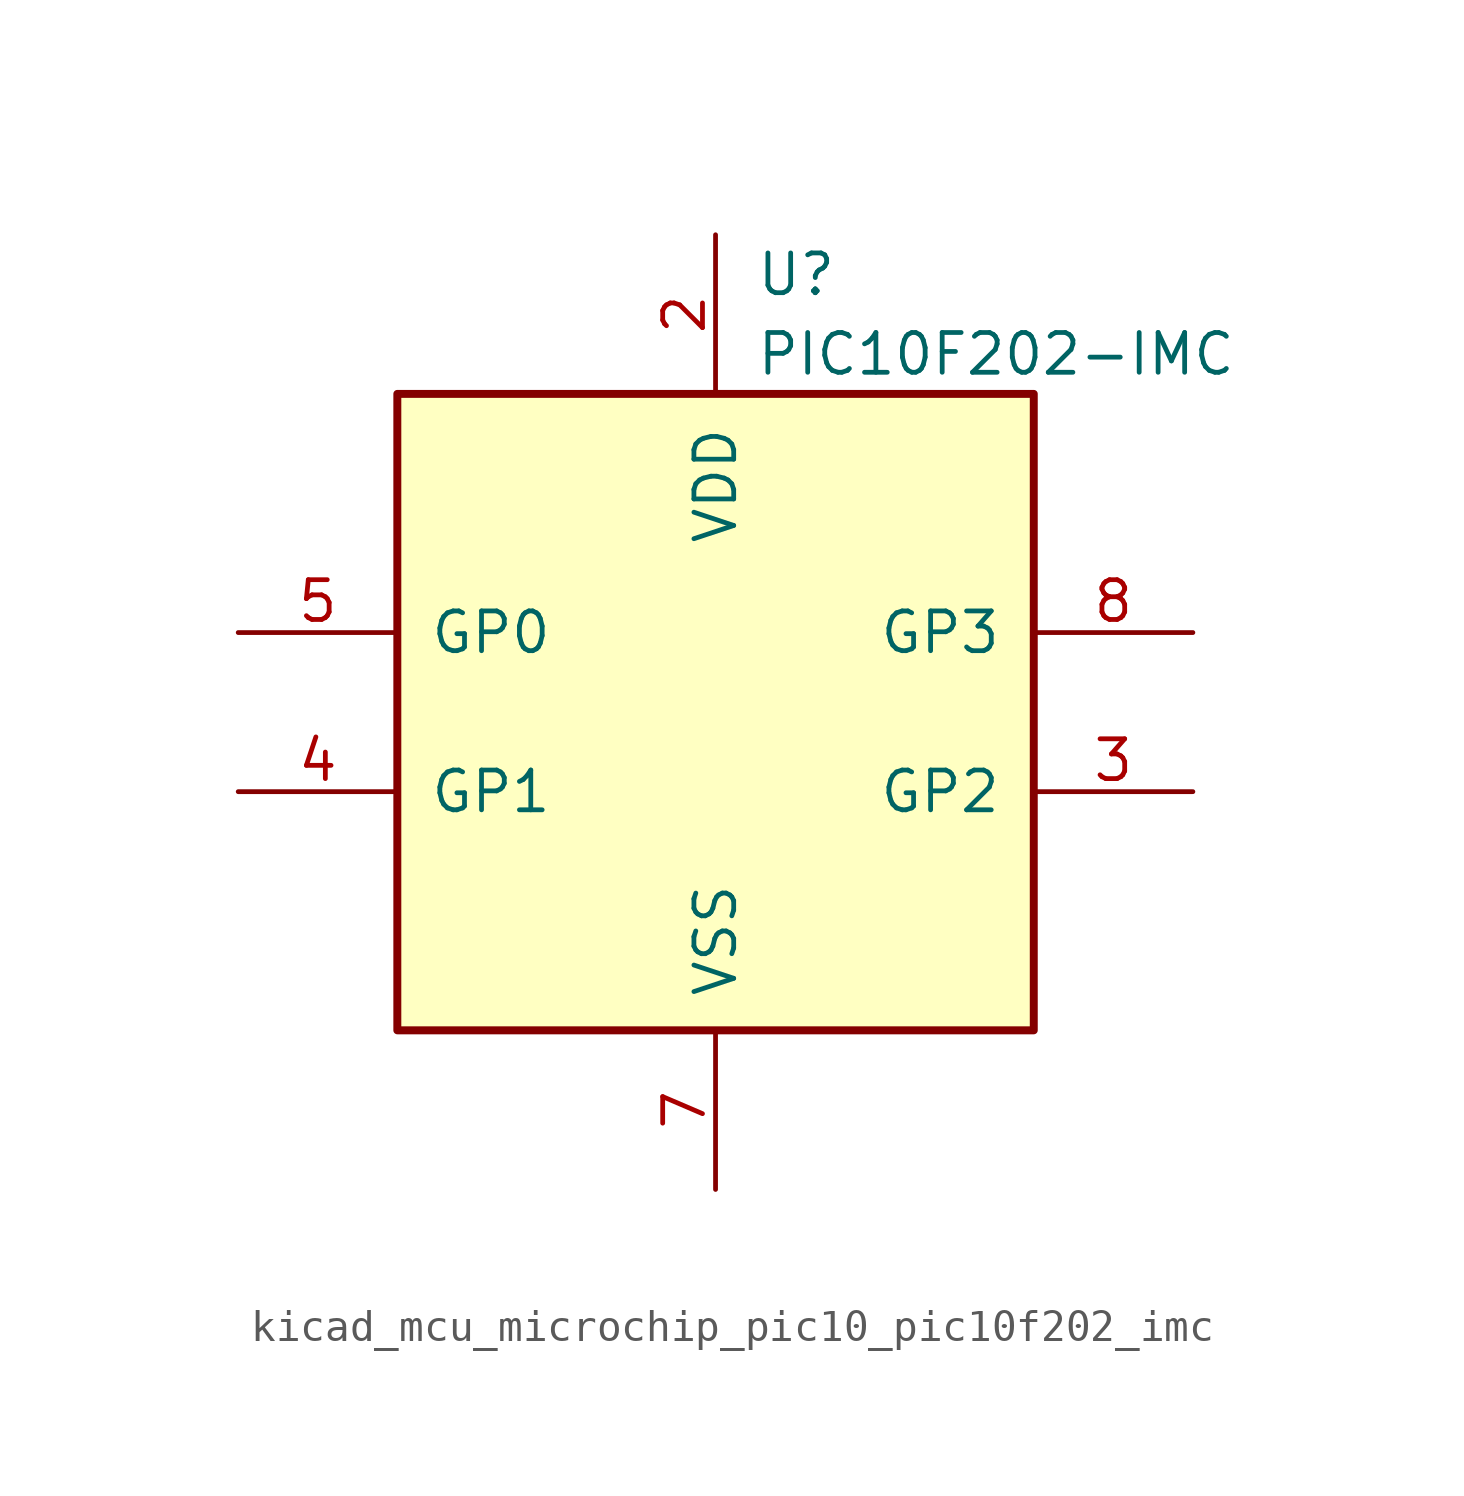
<source format=kicad_sym>
(kicad_symbol_lib
  (version 20220914)
  (generator kicad_symbol_editor)
  (symbol "kicad_mcu_microchip_pic10_pic10f202_imc"
    (pin_names
      (offset 1.016))
    (property "Reference" "U"
      (at 1.27 13.97 0)
      (effects (font (size 1.27 1.27)) (justify left)))
    (property "Value" "PIC10F202-IMC"
      (at 1.27 11.43 0)
      (effects (font (size 1.27 1.27)) (justify left)))
    (symbol "kicad_mcu_microchip_pic10_pic10f202_imc_0_1"
      (rectangle (start -10.16 10.16) (end 10.16 -10.16) (stroke (width 0.254) (type default)) (fill (type background))))
    (symbol "kicad_mcu_microchip_pic10_pic10f202_imc_1_1"
      (pin power_in line (at 0 15.24 270) (length 5.08) (name "VDD" (effects (font (size 1.27 1.27)))) (number "2" (effects (font (size 1.27 1.27)))))
      (pin bidirectional line (at 15.24 -2.54 180) (length 5.08) (name "GP2" (effects (font (size 1.27 1.27)))) (number "3" (effects (font (size 1.27 1.27)))))
      (pin bidirectional line (at -15.24 -2.54 0) (length 5.08) (name "GP1" (effects (font (size 1.27 1.27)))) (number "4" (effects (font (size 1.27 1.27)))))
      (pin bidirectional line (at -15.24 2.54 0) (length 5.08) (name "GP0" (effects (font (size 1.27 1.27)))) (number "5" (effects (font (size 1.27 1.27)))))
      (pin power_in line (at 0 -15.24 90) (length 5.08) (name "VSS" (effects (font (size 1.27 1.27)))) (number "7" (effects (font (size 1.27 1.27)))))
      (pin input line (at 15.24 2.54 180) (length 5.08) (name "GP3" (effects (font (size 1.27 1.27)))) (number "8" (effects (font (size 1.27 1.27))))))))
</source>
